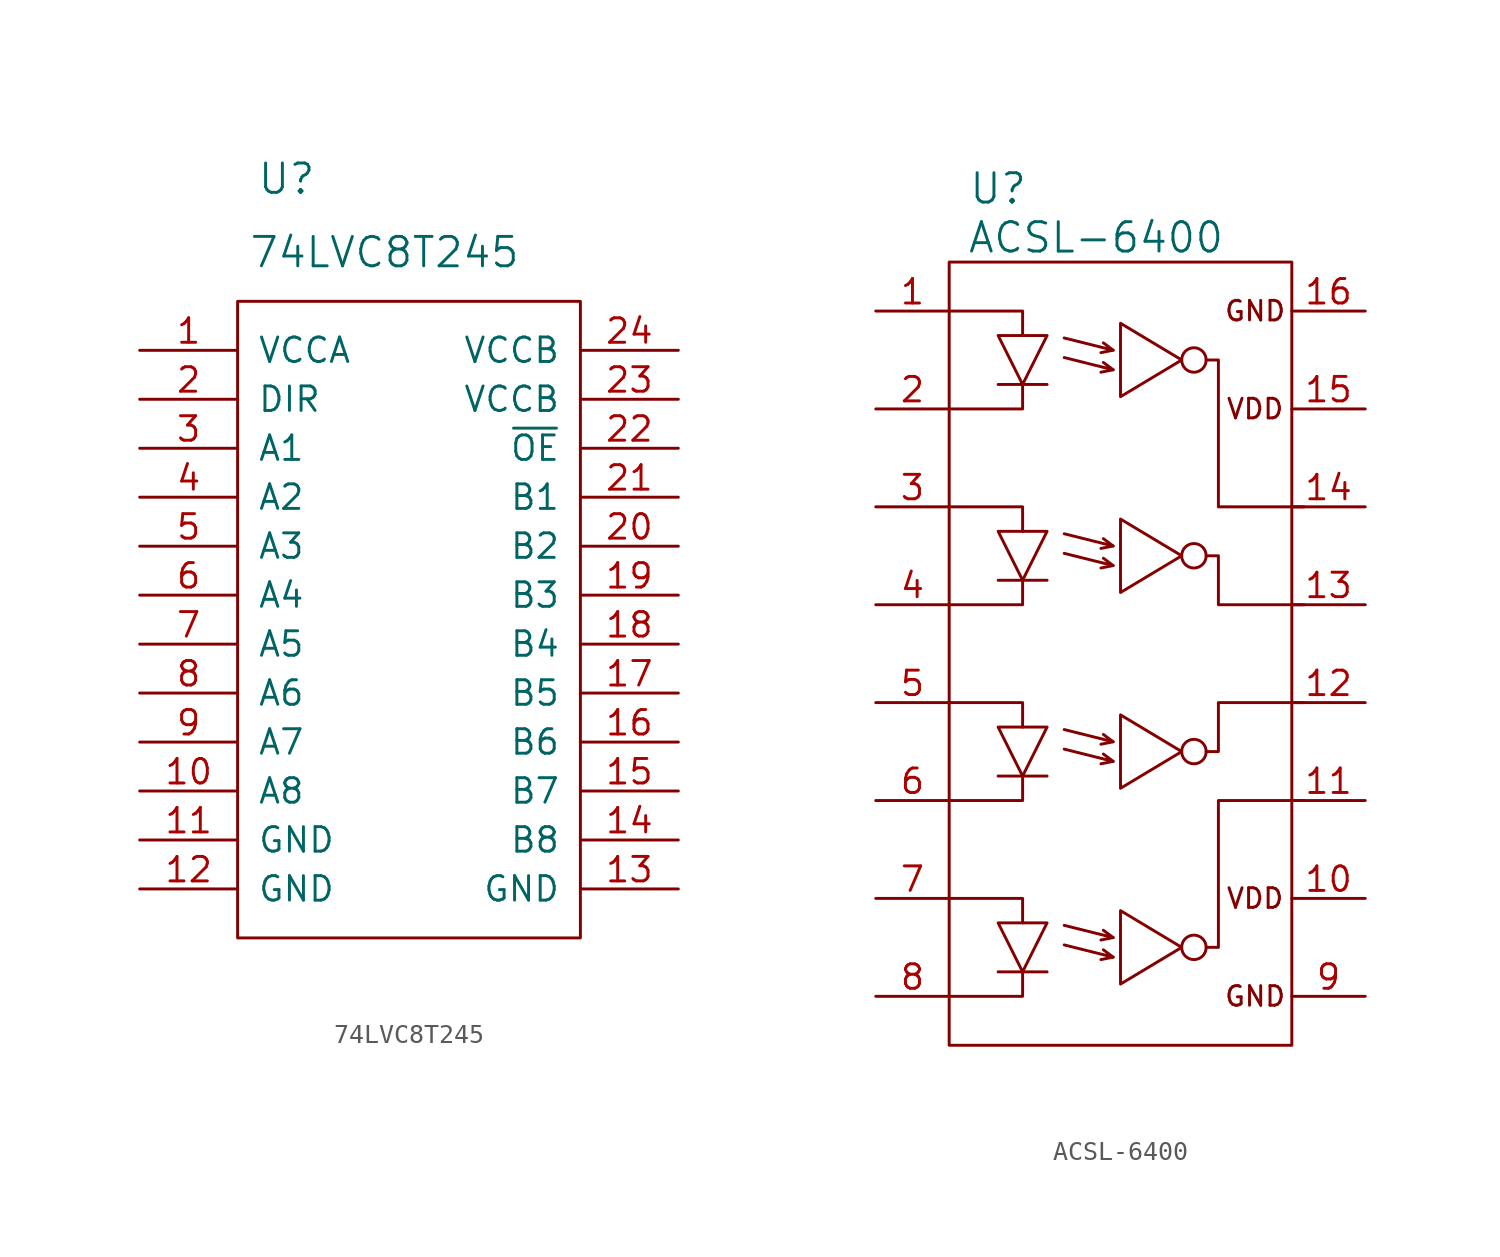
<source format=kicad_sym>
(kicad_symbol_lib
  (version 20211014)
  (generator kicad_symbol_editor)
  (symbol "74LVC8T245"
    (pin_names
      (offset 1.016))
    (property "Reference" "U"
      (at -6.35 22.86 0)
      (effects (font (size 1.524 1.524))))
    (property "Value" "74LVC8T245"
      (at -1.27 19.05 0)
      (effects (font (size 1.524 1.524))))
    (property "Footprint" ""
      (at 5.08 -6.35 0)
      (effects (font (size 2.54 2.54))))
    (property "Datasheet" ""
      (at 5.08 -6.35 0)
      (effects (font (size 2.54 2.54))))
    (symbol "74LVC8T245_0_1"
      (rectangle (start -8.89 16.51) (end 8.89 -16.51) (stroke (width 0) (type default) (color 0 0 0 0)) (fill (type none))))
    (symbol "74LVC8T245_1_1"
      (pin power_in line (at -13.97 13.97 0) (length 5.08) (name "VCCA" (effects (font (size 1.27 1.27)))) (number "1" (effects (font (size 1.27 1.27)))))
      (pin bidirectional line (at -13.97 -8.89 0) (length 5.08) (name "A8" (effects (font (size 1.27 1.27)))) (number "10" (effects (font (size 1.27 1.27)))))
      (pin passive line (at -13.97 -11.43 0) (length 5.08) (name "GND" (effects (font (size 1.27 1.27)))) (number "11" (effects (font (size 1.27 1.27)))))
      (pin passive line (at -13.97 -13.97 0) (length 5.08) (name "GND" (effects (font (size 1.27 1.27)))) (number "12" (effects (font (size 1.27 1.27)))))
      (pin passive line (at 13.97 -13.97 180) (length 5.08) (name "GND" (effects (font (size 1.27 1.27)))) (number "13" (effects (font (size 1.27 1.27)))))
      (pin bidirectional line (at 13.97 -11.43 180) (length 5.08) (name "B8" (effects (font (size 1.27 1.27)))) (number "14" (effects (font (size 1.27 1.27)))))
      (pin bidirectional line (at 13.97 -8.89 180) (length 5.08) (name "B7" (effects (font (size 1.27 1.27)))) (number "15" (effects (font (size 1.27 1.27)))))
      (pin bidirectional line (at 13.97 -6.35 180) (length 5.08) (name "B6" (effects (font (size 1.27 1.27)))) (number "16" (effects (font (size 1.27 1.27)))))
      (pin bidirectional line (at 13.97 -3.81 180) (length 5.08) (name "B5" (effects (font (size 1.27 1.27)))) (number "17" (effects (font (size 1.27 1.27)))))
      (pin bidirectional line (at 13.97 -1.27 180) (length 5.08) (name "B4" (effects (font (size 1.27 1.27)))) (number "18" (effects (font (size 1.27 1.27)))))
      (pin bidirectional line (at 13.97 1.27 180) (length 5.08) (name "B3" (effects (font (size 1.27 1.27)))) (number "19" (effects (font (size 1.27 1.27)))))
      (pin input line (at -13.97 11.43 0) (length 5.08) (name "DIR" (effects (font (size 1.27 1.27)))) (number "2" (effects (font (size 1.27 1.27)))))
      (pin bidirectional line (at 13.97 3.81 180) (length 5.08) (name "B2" (effects (font (size 1.27 1.27)))) (number "20" (effects (font (size 1.27 1.27)))))
      (pin bidirectional line (at 13.97 6.35 180) (length 5.08) (name "B1" (effects (font (size 1.27 1.27)))) (number "21" (effects (font (size 1.27 1.27)))))
      (pin input line (at 13.97 8.89 180) (length 5.08) (name "~{OE}" (effects (font (size 1.27 1.27)))) (number "22" (effects (font (size 1.27 1.27)))))
      (pin power_in line (at 13.97 11.43 180) (length 5.08) (name "VCCB" (effects (font (size 1.27 1.27)))) (number "23" (effects (font (size 1.27 1.27)))))
      (pin power_in line (at 13.97 13.97 180) (length 5.08) (name "VCCB" (effects (font (size 1.27 1.27)))) (number "24" (effects (font (size 1.27 1.27)))))
      (pin bidirectional line (at -13.97 8.89 0) (length 5.08) (name "A1" (effects (font (size 1.27 1.27)))) (number "3" (effects (font (size 1.27 1.27)))))
      (pin bidirectional line (at -13.97 6.35 0) (length 5.08) (name "A2" (effects (font (size 1.27 1.27)))) (number "4" (effects (font (size 1.27 1.27)))))
      (pin bidirectional line (at -13.97 3.81 0) (length 5.08) (name "A3" (effects (font (size 1.27 1.27)))) (number "5" (effects (font (size 1.27 1.27)))))
      (pin bidirectional line (at -13.97 1.27 0) (length 5.08) (name "A4" (effects (font (size 1.27 1.27)))) (number "6" (effects (font (size 1.27 1.27)))))
      (pin bidirectional line (at -13.97 -1.27 0) (length 5.08) (name "A5" (effects (font (size 1.27 1.27)))) (number "7" (effects (font (size 1.27 1.27)))))
      (pin bidirectional line (at -13.97 -3.81 0) (length 5.08) (name "A6" (effects (font (size 1.27 1.27)))) (number "8" (effects (font (size 1.27 1.27)))))
      (pin bidirectional line (at -13.97 -6.35 0) (length 5.08) (name "A7" (effects (font (size 1.27 1.27)))) (number "9" (effects (font (size 1.27 1.27)))))))
  (symbol "ACSL-6400"
    (pin_names
      (offset 1.016) hide)
    (property "Reference" "U"
      (at -6.35 24.13 0)
      (effects (font (size 1.524 1.524))))
    (property "Value" "ACSL-6400"
      (at -1.27 21.59 0)
      (effects (font (size 1.524 1.524))))
    (symbol "ACSL-6400_0_0"
      (text "GND" (at 6.985 -17.78 0) (effects (font (size 1.016 1.016))))
      (text "GND" (at 6.985 17.78 0) (effects (font (size 1.016 1.016))))
      (text "VDD" (at 6.985 -12.7 0) (effects (font (size 1.016 1.016))))
      (text "VDD" (at 6.985 12.7 0) (effects (font (size 1.016 1.016)))))
    (symbol "ACSL-6400_0_1"
      (rectangle (start -8.89 20.32) (end 8.89 -20.32) (stroke (width 0) (type default) (color 0 0 0 0)) (fill (type none)))
      (polyline (pts (xy -6.35 -16.51) (xy -3.81 -16.51)) (stroke (width 0) (type default) (color 0 0 0 0)) (fill (type none)))
      (polyline (pts (xy -6.35 -6.35) (xy -3.81 -6.35)) (stroke (width 0) (type default) (color 0 0 0 0)) (fill (type none)))
      (polyline (pts (xy -6.35 3.81) (xy -3.81 3.81)) (stroke (width 0) (type default) (color 0 0 0 0)) (fill (type none)))
      (polyline (pts (xy -6.35 13.97) (xy -3.81 13.97)) (stroke (width 0) (type default) (color 0 0 0 0)) (fill (type none)))
      (polyline (pts (xy -0.381 -15.748) (xy -1.016 -15.875)) (stroke (width 0) (type default) (color 0 0 0 0)) (fill (type none)))
      (polyline (pts (xy -0.381 -14.732) (xy -1.016 -14.859)) (stroke (width 0) (type default) (color 0 0 0 0)) (fill (type none)))
      (polyline (pts (xy -0.381 -5.588) (xy -1.016 -5.715)) (stroke (width 0) (type default) (color 0 0 0 0)) (fill (type none)))
      (polyline (pts (xy -0.381 -4.572) (xy -1.016 -4.699)) (stroke (width 0) (type default) (color 0 0 0 0)) (fill (type none)))
      (polyline (pts (xy -0.381 4.572) (xy -1.016 4.445)) (stroke (width 0) (type default) (color 0 0 0 0)) (fill (type none)))
      (polyline (pts (xy -0.381 5.588) (xy -1.016 5.461)) (stroke (width 0) (type default) (color 0 0 0 0)) (fill (type none)))
      (polyline (pts (xy -0.381 14.732) (xy -1.016 14.605)) (stroke (width 0) (type default) (color 0 0 0 0)) (fill (type none)))
      (polyline (pts (xy -0.381 15.748) (xy -1.016 15.621)) (stroke (width 0) (type default) (color 0 0 0 0)) (fill (type none)))
      (polyline (pts (xy -5.08 -16.51) (xy -5.08 -17.78) (xy -8.89 -17.78)) (stroke (width 0) (type default) (color 0 0 0 0)) (fill (type none)))
      (polyline (pts (xy -5.08 -13.97) (xy -5.08 -12.7) (xy -8.89 -12.7)) (stroke (width 0) (type default) (color 0 0 0 0)) (fill (type none)))
      (polyline (pts (xy -5.08 -6.35) (xy -5.08 -7.62) (xy -8.89 -7.62)) (stroke (width 0) (type default) (color 0 0 0 0)) (fill (type none)))
      (polyline (pts (xy -5.08 -3.81) (xy -5.08 -2.54) (xy -8.89 -2.54)) (stroke (width 0) (type default) (color 0 0 0 0)) (fill (type none)))
      (polyline (pts (xy -5.08 3.81) (xy -5.08 2.54) (xy -8.89 2.54)) (stroke (width 0) (type default) (color 0 0 0 0)) (fill (type none)))
      (polyline (pts (xy -5.08 6.35) (xy -5.08 7.62) (xy -8.89 7.62)) (stroke (width 0) (type default) (color 0 0 0 0)) (fill (type none)))
      (polyline (pts (xy -5.08 13.97) (xy -5.08 12.7) (xy -8.89 12.7)) (stroke (width 0) (type default) (color 0 0 0 0)) (fill (type none)))
      (polyline (pts (xy -5.08 16.51) (xy -5.08 17.78) (xy -8.89 17.78)) (stroke (width 0) (type default) (color 0 0 0 0)) (fill (type none)))
      (polyline (pts (xy -2.921 -15.113) (xy -0.381 -15.748) (xy -0.889 -15.367)) (stroke (width 0) (type default) (color 0 0 0 0)) (fill (type none)))
      (polyline (pts (xy -2.921 -14.097) (xy -0.381 -14.732) (xy -0.889 -14.351)) (stroke (width 0) (type default) (color 0 0 0 0)) (fill (type none)))
      (polyline (pts (xy -2.921 -4.953) (xy -0.381 -5.588) (xy -0.889 -5.207)) (stroke (width 0) (type default) (color 0 0 0 0)) (fill (type none)))
      (polyline (pts (xy -2.921 -3.937) (xy -0.381 -4.572) (xy -0.889 -4.191)) (stroke (width 0) (type default) (color 0 0 0 0)) (fill (type none)))
      (polyline (pts (xy -2.921 5.207) (xy -0.381 4.572) (xy -0.889 4.953)) (stroke (width 0) (type default) (color 0 0 0 0)) (fill (type none)))
      (polyline (pts (xy -2.921 6.223) (xy -0.381 5.588) (xy -0.889 5.969)) (stroke (width 0) (type default) (color 0 0 0 0)) (fill (type none)))
      (polyline (pts (xy -2.921 15.367) (xy -0.381 14.732) (xy -0.889 15.113)) (stroke (width 0) (type default) (color 0 0 0 0)) (fill (type none)))
      (polyline (pts (xy -2.921 16.383) (xy -0.381 15.748) (xy -0.889 16.129)) (stroke (width 0) (type default) (color 0 0 0 0)) (fill (type none)))
      (polyline (pts (xy -6.35 -13.97) (xy -3.81 -13.97) (xy -5.08 -16.51) (xy -6.35 -13.97)) (stroke (width 0) (type default) (color 0 0 0 0)) (fill (type none)))
      (polyline (pts (xy -6.35 -3.81) (xy -3.81 -3.81) (xy -5.08 -6.35) (xy -6.35 -3.81)) (stroke (width 0) (type default) (color 0 0 0 0)) (fill (type none)))
      (polyline (pts (xy -6.35 6.35) (xy -3.81 6.35) (xy -5.08 3.81) (xy -6.35 6.35)) (stroke (width 0) (type default) (color 0 0 0 0)) (fill (type none)))
      (polyline (pts (xy -6.35 16.51) (xy -3.81 16.51) (xy -5.08 13.97) (xy -6.35 16.51)) (stroke (width 0) (type default) (color 0 0 0 0)) (fill (type none)))
      (polyline (pts (xy 0 -13.335) (xy 0 -17.145) (xy 3.175 -15.24) (xy 0 -13.335)) (stroke (width 0) (type default) (color 0 0 0 0)) (fill (type none)))
      (polyline (pts (xy 0 -3.175) (xy 0 -6.985) (xy 3.175 -5.08) (xy 0 -3.175)) (stroke (width 0) (type default) (color 0 0 0 0)) (fill (type none)))
      (polyline (pts (xy 0 6.985) (xy 0 3.175) (xy 3.175 5.08) (xy 0 6.985)) (stroke (width 0) (type default) (color 0 0 0 0)) (fill (type none)))
      (polyline (pts (xy 0 17.145) (xy 0 13.335) (xy 3.175 15.24) (xy 0 17.145)) (stroke (width 0) (type default) (color 0 0 0 0)) (fill (type none)))
      (polyline (pts (xy 9.525 -7.62) (xy 5.08 -7.62) (xy 5.08 -15.24) (xy 4.445 -15.24)) (stroke (width 0) (type default) (color 0 0 0 0)) (fill (type none)))
      (polyline (pts (xy 9.525 -2.54) (xy 5.08 -2.54) (xy 5.08 -5.08) (xy 4.445 -5.08)) (stroke (width 0) (type default) (color 0 0 0 0)) (fill (type none)))
      (polyline (pts (xy 9.525 2.54) (xy 5.08 2.54) (xy 5.08 5.08) (xy 4.445 5.08)) (stroke (width 0) (type default) (color 0 0 0 0)) (fill (type none)))
      (polyline (pts (xy 9.525 7.62) (xy 5.08 7.62) (xy 5.08 11.43) (xy 5.08 15.24) (xy 4.445 15.24)) (stroke (width 0) (type default) (color 0 0 0 0)) (fill (type none)))
      (circle (center 3.81 -15.24) (radius 0.635) (stroke (width 0) (type default) (color 0 0 0 0)) (fill (type none)))
      (circle (center 3.81 -5.08) (radius 0.635) (stroke (width 0) (type default) (color 0 0 0 0)) (fill (type none)))
      (circle (center 3.81 5.08) (radius 0.635) (stroke (width 0) (type default) (color 0 0 0 0)) (fill (type none)))
      (circle (center 3.81 15.24) (radius 0.635) (stroke (width 0) (type default) (color 0 0 0 0)) (fill (type none))))
    (symbol "ACSL-6400_1_1"
      (pin passive line (at -12.7 17.78 0) (length 3.81) (name "A1" (effects (font (size 1.27 1.27)))) (number "1" (effects (font (size 1.27 1.27)))))
      (pin passive line (at 12.7 -12.7 180) (length 3.81) (name "VDD" (effects (font (size 1.27 1.27)))) (number "10" (effects (font (size 1.27 1.27)))))
      (pin passive line (at 12.7 -7.62 180) (length 3.81) (name "VO4" (effects (font (size 1.27 1.27)))) (number "11" (effects (font (size 1.27 1.27)))))
      (pin passive line (at 12.7 -2.54 180) (length 3.81) (name "VO3" (effects (font (size 1.27 1.27)))) (number "12" (effects (font (size 1.27 1.27)))))
      (pin passive line (at 12.7 2.54 180) (length 3.81) (name "VO2" (effects (font (size 1.27 1.27)))) (number "13" (effects (font (size 1.27 1.27)))))
      (pin passive line (at 12.7 7.62 180) (length 3.81) (name "VO1" (effects (font (size 1.27 1.27)))) (number "14" (effects (font (size 1.27 1.27)))))
      (pin passive line (at 12.7 12.7 180) (length 3.81) (name "VDD" (effects (font (size 1.27 1.27)))) (number "15" (effects (font (size 1.27 1.27)))))
      (pin passive line (at 12.7 17.78 180) (length 3.81) (name "GND" (effects (font (size 1.27 1.27)))) (number "16" (effects (font (size 1.27 1.27)))))
      (pin passive line (at -12.7 12.7 0) (length 3.81) (name "C1" (effects (font (size 1.27 1.27)))) (number "2" (effects (font (size 1.27 1.27)))))
      (pin passive line (at -12.7 7.62 0) (length 3.81) (name "A2" (effects (font (size 1.27 1.27)))) (number "3" (effects (font (size 1.27 1.27)))))
      (pin passive line (at -12.7 2.54 0) (length 3.81) (name "C2" (effects (font (size 1.27 1.27)))) (number "4" (effects (font (size 1.27 1.27)))))
      (pin passive line (at -12.7 -2.54 0) (length 3.81) (name "A3" (effects (font (size 1.27 1.27)))) (number "5" (effects (font (size 1.27 1.27)))))
      (pin passive line (at -12.7 -7.62 0) (length 3.81) (name "C3" (effects (font (size 1.27 1.27)))) (number "6" (effects (font (size 1.27 1.27)))))
      (pin passive line (at -12.7 -12.7 0) (length 3.81) (name "A4" (effects (font (size 1.27 1.27)))) (number "7" (effects (font (size 1.27 1.27)))))
      (pin passive line (at -12.7 -17.78 0) (length 3.81) (name "C4" (effects (font (size 1.27 1.27)))) (number "8" (effects (font (size 1.27 1.27)))))
      (pin passive line (at 12.7 -17.78 180) (length 3.81) (name "GND" (effects (font (size 1.27 1.27)))) (number "9" (effects (font (size 1.27 1.27))))))))
</source>
